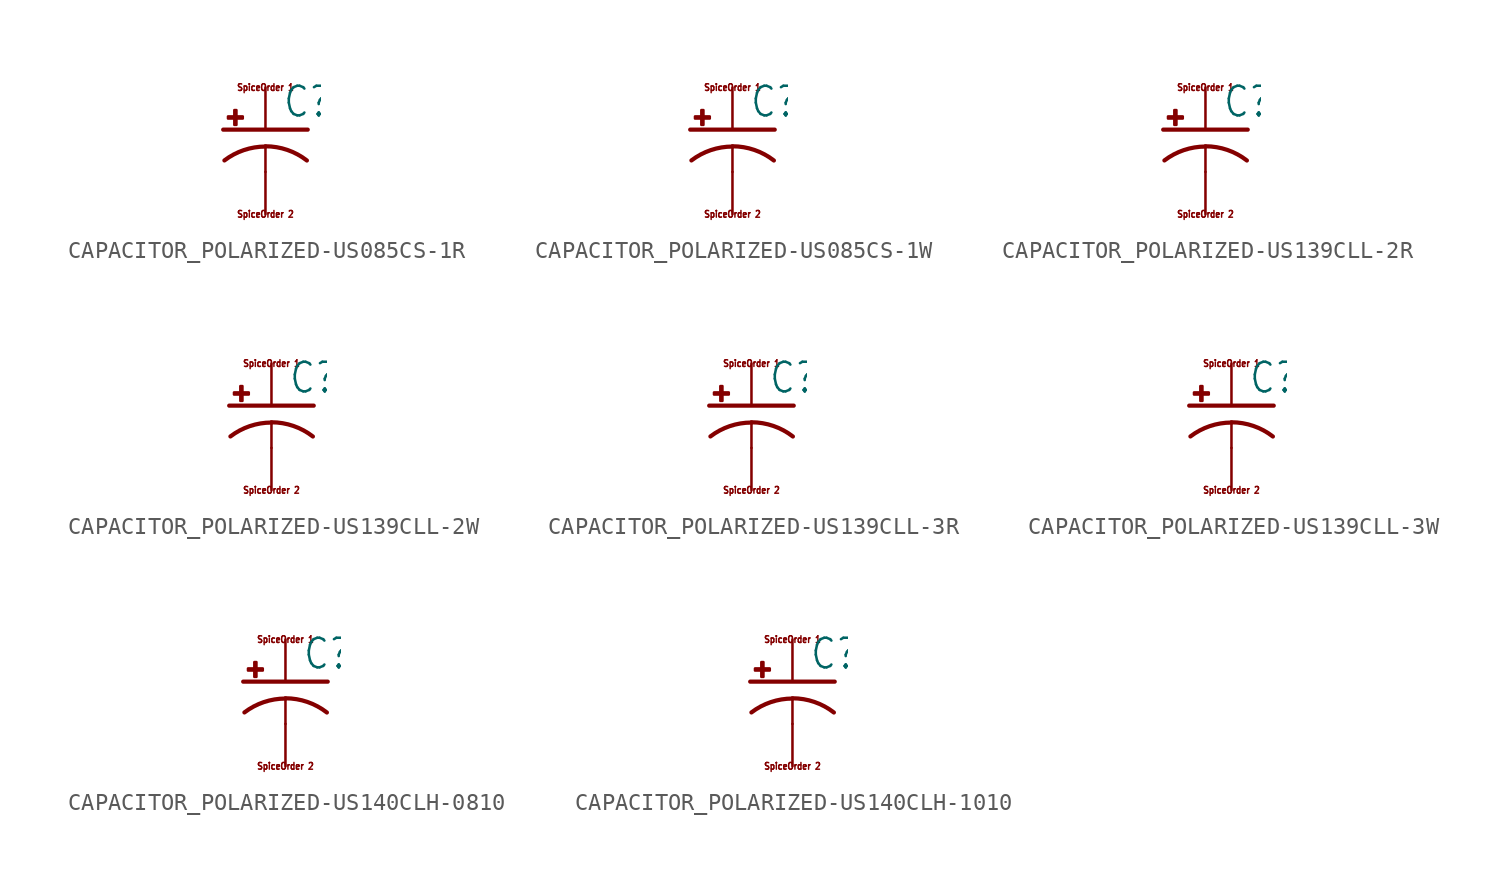
<source format=kicad_sym>
(kicad_symbol_lib
  (version 20231120)
  (generator "kicad_symbol_editor")
  (generator_version "8.0")
  (symbol "CAPACITOR_POLARIZED-US085CS-1R"
    (property "Reference" "C"
      (at 1.016 0.635 0)
      (effects (font (size 1.778 1.511)) (justify left bottom)))
    (property "Value" ""
      (at 1.016 -4.191 0)
      (effects (font (size 1.778 1.511)) (justify left bottom)))
    (property "ki_locked" ""
      (at 0 0 0)
      (effects (font (size 1.27 1.27))))
    (symbol "CAPACITOR_POLARIZED-US085CS-1R_1_0"
      (rectangle (start -2.253 0.668) (end -1.364 0.795) (stroke (width 0) (type default)) (fill (type outline)))
      (rectangle (start -1.872 0.287) (end -1.745 1.176) (stroke (width 0) (type default)) (fill (type outline)))
      (arc (start 0 -1.0161) (mid -1.3021 -1.2303) (end -2.4669 -1.8504) (stroke (width 0.254) (type solid)) (fill (type none)))
      (polyline (pts (xy -2.54 0) (xy 2.54 0)) (stroke (width 0.254) (type solid)) (fill (type none)))
      (polyline (pts (xy 0 -1.016) (xy 0 -2.54)) (stroke (width 0.152) (type solid)) (fill (type none)))
      (arc (start 2.4892 -1.8541) (mid 1.3158 -1.2194) (end 0 -1) (stroke (width 0.254) (type solid)) (fill (type none)))
      (text "SpiceOrder 1" (at 0 2.54 0) (effects (font (size 0.406 0.345))))
      (text "SpiceOrder 2" (at 0 -5.08 0) (effects (font (size 0.406 0.345))))
      (pin passive line (at 0 2.54 270) (length 2.54) (name "+" (effects (font (size 0 0)))) (number "+" (effects (font (size 0 0)))))
      (pin passive line (at 0 -5.08 90) (length 2.54) (name "-" (effects (font (size 0 0)))) (number "-" (effects (font (size 0 0)))))))
  (symbol "CAPACITOR_POLARIZED-US085CS-1W"
    (property "Reference" "C"
      (at 1.016 0.635 0)
      (effects (font (size 1.778 1.511)) (justify left bottom)))
    (property "Value" ""
      (at 1.016 -4.191 0)
      (effects (font (size 1.778 1.511)) (justify left bottom)))
    (property "ki_locked" ""
      (at 0 0 0)
      (effects (font (size 1.27 1.27))))
    (symbol "CAPACITOR_POLARIZED-US085CS-1W_1_0"
      (rectangle (start -2.253 0.668) (end -1.364 0.795) (stroke (width 0) (type default)) (fill (type outline)))
      (rectangle (start -1.872 0.287) (end -1.745 1.176) (stroke (width 0) (type default)) (fill (type outline)))
      (arc (start 0 -1.0161) (mid -1.3021 -1.2303) (end -2.4669 -1.8504) (stroke (width 0.254) (type solid)) (fill (type none)))
      (polyline (pts (xy -2.54 0) (xy 2.54 0)) (stroke (width 0.254) (type solid)) (fill (type none)))
      (polyline (pts (xy 0 -1.016) (xy 0 -2.54)) (stroke (width 0.152) (type solid)) (fill (type none)))
      (arc (start 2.4892 -1.8541) (mid 1.3158 -1.2194) (end 0 -1) (stroke (width 0.254) (type solid)) (fill (type none)))
      (text "SpiceOrder 1" (at 0 2.54 0) (effects (font (size 0.406 0.345))))
      (text "SpiceOrder 2" (at 0 -5.08 0) (effects (font (size 0.406 0.345))))
      (pin passive line (at 0 2.54 270) (length 2.54) (name "+" (effects (font (size 0 0)))) (number "+" (effects (font (size 0 0)))))
      (pin passive line (at 0 -5.08 90) (length 2.54) (name "-" (effects (font (size 0 0)))) (number "-" (effects (font (size 0 0)))))))
  (symbol "CAPACITOR_POLARIZED-US139CLL-2R"
    (property "Reference" "C"
      (at 1.016 0.635 0)
      (effects (font (size 1.778 1.511)) (justify left bottom)))
    (property "Value" ""
      (at 1.016 -4.191 0)
      (effects (font (size 1.778 1.511)) (justify left bottom)))
    (property "ki_locked" ""
      (at 0 0 0)
      (effects (font (size 1.27 1.27))))
    (symbol "CAPACITOR_POLARIZED-US139CLL-2R_1_0"
      (rectangle (start -2.253 0.668) (end -1.364 0.795) (stroke (width 0) (type default)) (fill (type outline)))
      (rectangle (start -1.872 0.287) (end -1.745 1.176) (stroke (width 0) (type default)) (fill (type outline)))
      (arc (start 0 -1.0161) (mid -1.3021 -1.2303) (end -2.4669 -1.8504) (stroke (width 0.254) (type solid)) (fill (type none)))
      (polyline (pts (xy -2.54 0) (xy 2.54 0)) (stroke (width 0.254) (type solid)) (fill (type none)))
      (polyline (pts (xy 0 -1.016) (xy 0 -2.54)) (stroke (width 0.152) (type solid)) (fill (type none)))
      (arc (start 2.4892 -1.8541) (mid 1.3158 -1.2194) (end 0 -1) (stroke (width 0.254) (type solid)) (fill (type none)))
      (text "SpiceOrder 1" (at 0 2.54 0) (effects (font (size 0.406 0.345))))
      (text "SpiceOrder 2" (at 0 -5.08 0) (effects (font (size 0.406 0.345))))
      (pin passive line (at 0 2.54 270) (length 2.54) (name "+" (effects (font (size 0 0)))) (number "+" (effects (font (size 0 0)))))
      (pin passive line (at 0 -5.08 90) (length 2.54) (name "-" (effects (font (size 0 0)))) (number "-" (effects (font (size 0 0)))))))
  (symbol "CAPACITOR_POLARIZED-US139CLL-2W"
    (property "Reference" "C"
      (at 1.016 0.635 0)
      (effects (font (size 1.778 1.511)) (justify left bottom)))
    (property "Value" ""
      (at 1.016 -4.191 0)
      (effects (font (size 1.778 1.511)) (justify left bottom)))
    (property "ki_locked" ""
      (at 0 0 0)
      (effects (font (size 1.27 1.27))))
    (symbol "CAPACITOR_POLARIZED-US139CLL-2W_1_0"
      (rectangle (start -2.253 0.668) (end -1.364 0.795) (stroke (width 0) (type default)) (fill (type outline)))
      (rectangle (start -1.872 0.287) (end -1.745 1.176) (stroke (width 0) (type default)) (fill (type outline)))
      (arc (start 0 -1.0161) (mid -1.3021 -1.2303) (end -2.4669 -1.8504) (stroke (width 0.254) (type solid)) (fill (type none)))
      (polyline (pts (xy -2.54 0) (xy 2.54 0)) (stroke (width 0.254) (type solid)) (fill (type none)))
      (polyline (pts (xy 0 -1.016) (xy 0 -2.54)) (stroke (width 0.152) (type solid)) (fill (type none)))
      (arc (start 2.4892 -1.8541) (mid 1.3158 -1.2194) (end 0 -1) (stroke (width 0.254) (type solid)) (fill (type none)))
      (text "SpiceOrder 1" (at 0 2.54 0) (effects (font (size 0.406 0.345))))
      (text "SpiceOrder 2" (at 0 -5.08 0) (effects (font (size 0.406 0.345))))
      (pin passive line (at 0 2.54 270) (length 2.54) (name "+" (effects (font (size 0 0)))) (number "+" (effects (font (size 0 0)))))
      (pin passive line (at 0 -5.08 90) (length 2.54) (name "-" (effects (font (size 0 0)))) (number "-" (effects (font (size 0 0)))))))
  (symbol "CAPACITOR_POLARIZED-US139CLL-3R"
    (property "Reference" "C"
      (at 1.016 0.635 0)
      (effects (font (size 1.778 1.511)) (justify left bottom)))
    (property "Value" ""
      (at 1.016 -4.191 0)
      (effects (font (size 1.778 1.511)) (justify left bottom)))
    (property "ki_locked" ""
      (at 0 0 0)
      (effects (font (size 1.27 1.27))))
    (symbol "CAPACITOR_POLARIZED-US139CLL-3R_1_0"
      (rectangle (start -2.253 0.668) (end -1.364 0.795) (stroke (width 0) (type default)) (fill (type outline)))
      (rectangle (start -1.872 0.287) (end -1.745 1.176) (stroke (width 0) (type default)) (fill (type outline)))
      (arc (start 0 -1.0161) (mid -1.3021 -1.2303) (end -2.4669 -1.8504) (stroke (width 0.254) (type solid)) (fill (type none)))
      (polyline (pts (xy -2.54 0) (xy 2.54 0)) (stroke (width 0.254) (type solid)) (fill (type none)))
      (polyline (pts (xy 0 -1.016) (xy 0 -2.54)) (stroke (width 0.152) (type solid)) (fill (type none)))
      (arc (start 2.4892 -1.8541) (mid 1.3158 -1.2194) (end 0 -1) (stroke (width 0.254) (type solid)) (fill (type none)))
      (text "SpiceOrder 1" (at 0 2.54 0) (effects (font (size 0.406 0.345))))
      (text "SpiceOrder 2" (at 0 -5.08 0) (effects (font (size 0.406 0.345))))
      (pin passive line (at 0 2.54 270) (length 2.54) (name "+" (effects (font (size 0 0)))) (number "+" (effects (font (size 0 0)))))
      (pin passive line (at 0 -5.08 90) (length 2.54) (name "-" (effects (font (size 0 0)))) (number "-" (effects (font (size 0 0)))))))
  (symbol "CAPACITOR_POLARIZED-US139CLL-3W"
    (property "Reference" "C"
      (at 1.016 0.635 0)
      (effects (font (size 1.778 1.511)) (justify left bottom)))
    (property "Value" ""
      (at 1.016 -4.191 0)
      (effects (font (size 1.778 1.511)) (justify left bottom)))
    (property "ki_locked" ""
      (at 0 0 0)
      (effects (font (size 1.27 1.27))))
    (symbol "CAPACITOR_POLARIZED-US139CLL-3W_1_0"
      (rectangle (start -2.253 0.668) (end -1.364 0.795) (stroke (width 0) (type default)) (fill (type outline)))
      (rectangle (start -1.872 0.287) (end -1.745 1.176) (stroke (width 0) (type default)) (fill (type outline)))
      (arc (start 0 -1.0161) (mid -1.3021 -1.2303) (end -2.4669 -1.8504) (stroke (width 0.254) (type solid)) (fill (type none)))
      (polyline (pts (xy -2.54 0) (xy 2.54 0)) (stroke (width 0.254) (type solid)) (fill (type none)))
      (polyline (pts (xy 0 -1.016) (xy 0 -2.54)) (stroke (width 0.152) (type solid)) (fill (type none)))
      (arc (start 2.4892 -1.8541) (mid 1.3158 -1.2194) (end 0 -1) (stroke (width 0.254) (type solid)) (fill (type none)))
      (text "SpiceOrder 1" (at 0 2.54 0) (effects (font (size 0.406 0.345))))
      (text "SpiceOrder 2" (at 0 -5.08 0) (effects (font (size 0.406 0.345))))
      (pin passive line (at 0 2.54 270) (length 2.54) (name "+" (effects (font (size 0 0)))) (number "+" (effects (font (size 0 0)))))
      (pin passive line (at 0 -5.08 90) (length 2.54) (name "-" (effects (font (size 0 0)))) (number "-" (effects (font (size 0 0)))))))
  (symbol "CAPACITOR_POLARIZED-US140CLH-0810"
    (property "Reference" "C"
      (at 1.016 0.635 0)
      (effects (font (size 1.778 1.511)) (justify left bottom)))
    (property "Value" ""
      (at 1.016 -4.191 0)
      (effects (font (size 1.778 1.511)) (justify left bottom)))
    (property "ki_locked" ""
      (at 0 0 0)
      (effects (font (size 1.27 1.27))))
    (symbol "CAPACITOR_POLARIZED-US140CLH-0810_1_0"
      (rectangle (start -2.253 0.668) (end -1.364 0.795) (stroke (width 0) (type default)) (fill (type outline)))
      (rectangle (start -1.872 0.287) (end -1.745 1.176) (stroke (width 0) (type default)) (fill (type outline)))
      (arc (start 0 -1.0161) (mid -1.3021 -1.2303) (end -2.4669 -1.8504) (stroke (width 0.254) (type solid)) (fill (type none)))
      (polyline (pts (xy -2.54 0) (xy 2.54 0)) (stroke (width 0.254) (type solid)) (fill (type none)))
      (polyline (pts (xy 0 -1.016) (xy 0 -2.54)) (stroke (width 0.152) (type solid)) (fill (type none)))
      (arc (start 2.4892 -1.8541) (mid 1.3158 -1.2194) (end 0 -1) (stroke (width 0.254) (type solid)) (fill (type none)))
      (text "SpiceOrder 1" (at 0 2.54 0) (effects (font (size 0.406 0.345))))
      (text "SpiceOrder 2" (at 0 -5.08 0) (effects (font (size 0.406 0.345))))
      (pin passive line (at 0 2.54 270) (length 2.54) (name "+" (effects (font (size 0 0)))) (number "+" (effects (font (size 0 0)))))
      (pin passive line (at 0 -5.08 90) (length 2.54) (name "-" (effects (font (size 0 0)))) (number "-" (effects (font (size 0 0)))))))
  (symbol "CAPACITOR_POLARIZED-US140CLH-1010"
    (property "Reference" "C"
      (at 1.016 0.635 0)
      (effects (font (size 1.778 1.511)) (justify left bottom)))
    (property "Value" ""
      (at 1.016 -4.191 0)
      (effects (font (size 1.778 1.511)) (justify left bottom)))
    (property "ki_locked" ""
      (at 0 0 0)
      (effects (font (size 1.27 1.27))))
    (symbol "CAPACITOR_POLARIZED-US140CLH-1010_1_0"
      (rectangle (start -2.253 0.668) (end -1.364 0.795) (stroke (width 0) (type default)) (fill (type outline)))
      (rectangle (start -1.872 0.287) (end -1.745 1.176) (stroke (width 0) (type default)) (fill (type outline)))
      (arc (start 0 -1.0161) (mid -1.3021 -1.2303) (end -2.4669 -1.8504) (stroke (width 0.254) (type solid)) (fill (type none)))
      (polyline (pts (xy -2.54 0) (xy 2.54 0)) (stroke (width 0.254) (type solid)) (fill (type none)))
      (polyline (pts (xy 0 -1.016) (xy 0 -2.54)) (stroke (width 0.152) (type solid)) (fill (type none)))
      (arc (start 2.4892 -1.8541) (mid 1.3158 -1.2194) (end 0 -1) (stroke (width 0.254) (type solid)) (fill (type none)))
      (text "SpiceOrder 1" (at 0 2.54 0) (effects (font (size 0.406 0.345))))
      (text "SpiceOrder 2" (at 0 -5.08 0) (effects (font (size 0.406 0.345))))
      (pin passive line (at 0 2.54 270) (length 2.54) (name "+" (effects (font (size 0 0)))) (number "+" (effects (font (size 0 0)))))
      (pin passive line (at 0 -5.08 90) (length 2.54) (name "-" (effects (font (size 0 0)))) (number "-" (effects (font (size 0 0))))))))
</source>
